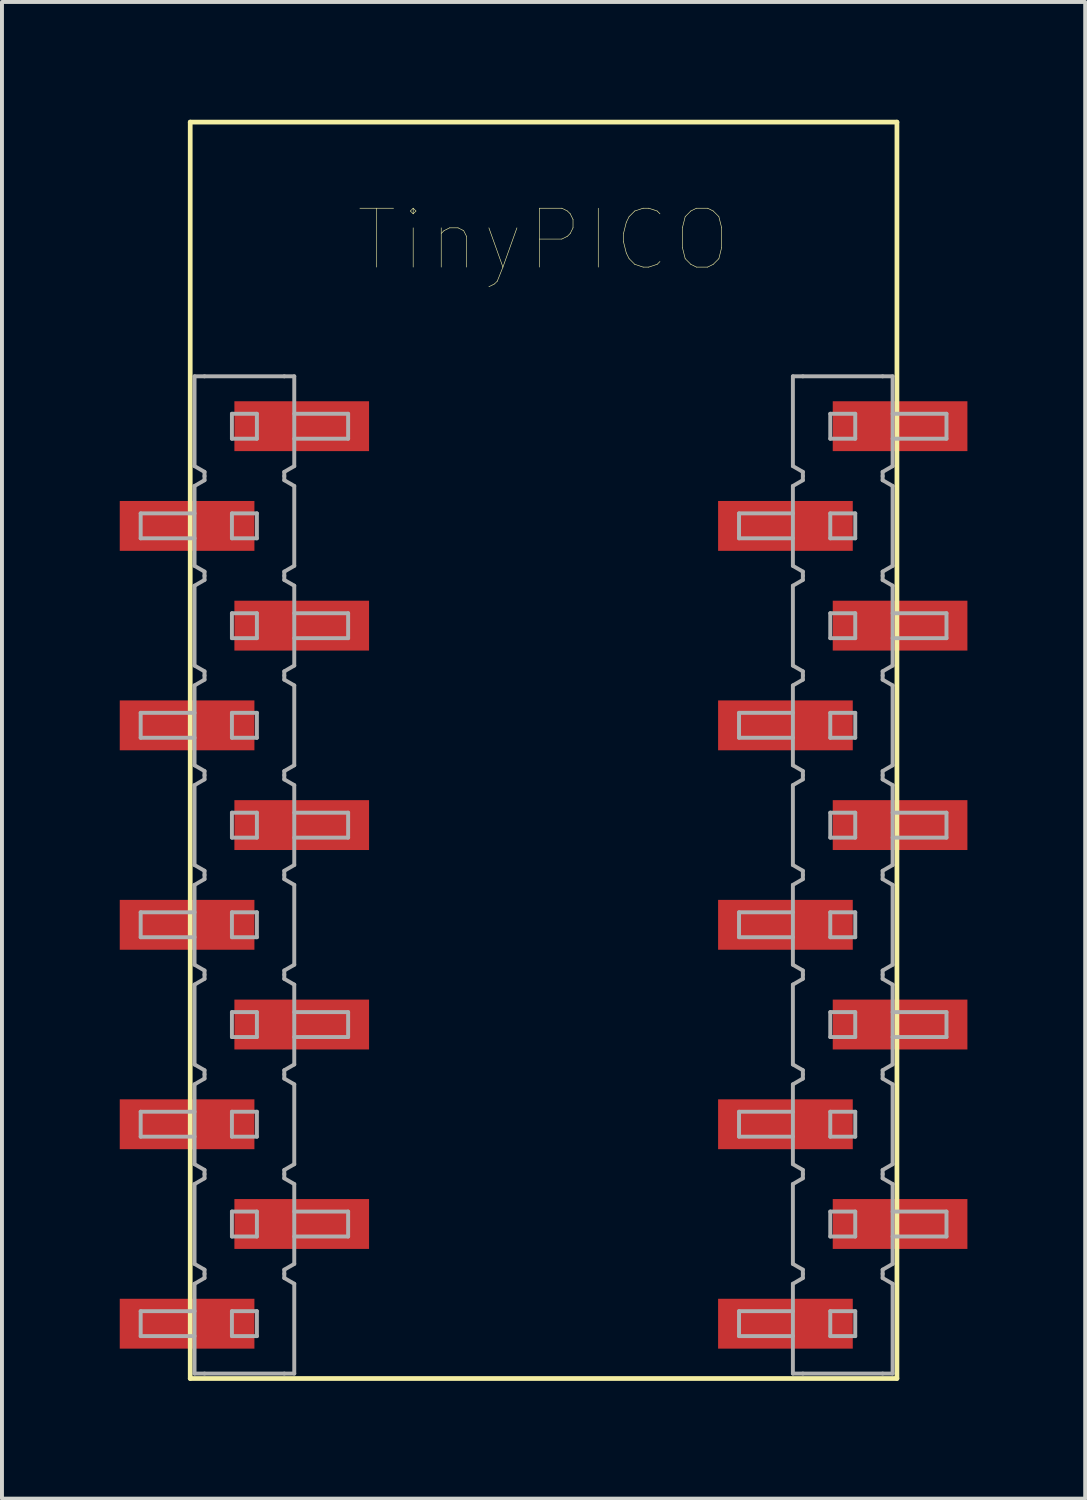
<source format=kicad_pcb>
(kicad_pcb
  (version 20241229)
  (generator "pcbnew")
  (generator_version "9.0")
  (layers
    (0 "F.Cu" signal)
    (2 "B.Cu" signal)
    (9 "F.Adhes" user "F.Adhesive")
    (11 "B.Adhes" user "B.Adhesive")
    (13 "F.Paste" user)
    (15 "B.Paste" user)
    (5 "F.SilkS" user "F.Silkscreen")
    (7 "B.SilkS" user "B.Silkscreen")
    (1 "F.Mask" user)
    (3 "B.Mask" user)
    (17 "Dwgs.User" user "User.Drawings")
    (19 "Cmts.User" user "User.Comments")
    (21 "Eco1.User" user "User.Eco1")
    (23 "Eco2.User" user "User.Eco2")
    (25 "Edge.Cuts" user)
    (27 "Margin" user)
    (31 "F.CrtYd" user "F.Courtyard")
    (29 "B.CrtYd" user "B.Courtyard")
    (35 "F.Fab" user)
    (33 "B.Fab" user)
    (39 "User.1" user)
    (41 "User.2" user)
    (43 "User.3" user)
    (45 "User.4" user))
  (footprint "TinyPICO"
    (layer "F.Cu")
    (at 10.795 16.06)
    (property "Reference" "TinyPICO" (at 0 -13 0) (layer "F.SilkS") (effects (font (size 1.5 1.5) (thickness 0.015))))
    (attr smd)
    (fp_line (start -9 -16) (end 9 -16) (stroke (width 0.12) (type solid)) (layer "F.SilkS"))
    (fp_line (start -9 16) (end -9 -16) (stroke (width 0.12) (type solid)) (layer "F.SilkS"))
    (fp_line (start 9 -16) (end 9 16) (stroke (width 0.12) (type solid)) (layer "F.SilkS"))
    (fp_line (start 9 16) (end -9 16) (stroke (width 0.12) (type solid)) (layer "F.SilkS"))
    (fp_line (start -10.262 -5.399) (end -10.262 -6.034) (stroke (width 0.1) (type solid)) (layer "F.Fab"))
    (fp_line (start -10.262 -0.319) (end -10.262 -0.954) (stroke (width 0.1) (type solid)) (layer "F.Fab"))
    (fp_line (start -10.262 4.761) (end -10.262 4.126) (stroke (width 0.1) (type solid)) (layer "F.Fab"))
    (fp_line (start -10.262 9.841) (end -10.262 9.206) (stroke (width 0.1) (type solid)) (layer "F.Fab"))
    (fp_line (start -10.262 14.921) (end -10.262 14.286) (stroke (width 0.1) (type solid)) (layer "F.Fab"))
    (fp_line (start -8.89 -9.525) (end -8.89 -7.238) (stroke (width 0.1) (type solid)) (layer "F.Fab"))
    (fp_line (start -8.89 -9.525) (end -8.636 -9.525) (stroke (width 0.1) (type solid)) (layer "F.Fab"))
    (fp_line (start -8.89 -6.732) (end -8.89 -4.698) (stroke (width 0.1) (type solid)) (layer "F.Fab"))
    (fp_line (start -8.89 -6.732) (end -8.636 -6.879) (stroke (width 0.1) (type solid)) (layer "F.Fab"))
    (fp_line (start -8.89 -6.034) (end -10.262 -6.034) (stroke (width 0.1) (type solid)) (layer "F.Fab"))
    (fp_line (start -8.89 -5.399) (end -10.262 -5.399) (stroke (width 0.1) (type solid)) (layer "F.Fab"))
    (fp_line (start -8.89 -4.192) (end -8.89 -2.158) (stroke (width 0.1) (type solid)) (layer "F.Fab"))
    (fp_line (start -8.89 -4.192) (end -8.636 -4.339) (stroke (width 0.1) (type solid)) (layer "F.Fab"))
    (fp_line (start -8.89 -1.652) (end -8.89 0.382) (stroke (width 0.1) (type solid)) (layer "F.Fab"))
    (fp_line (start -8.89 -1.652) (end -8.636 -1.799) (stroke (width 0.1) (type solid)) (layer "F.Fab"))
    (fp_line (start -8.89 -0.954) (end -10.262 -0.954) (stroke (width 0.1) (type solid)) (layer "F.Fab"))
    (fp_line (start -8.89 -0.319) (end -10.262 -0.319) (stroke (width 0.1) (type solid)) (layer "F.Fab"))
    (fp_line (start -8.89 0.888) (end -8.89 2.922) (stroke (width 0.1) (type solid)) (layer "F.Fab"))
    (fp_line (start -8.89 0.888) (end -8.636 0.741) (stroke (width 0.1) (type solid)) (layer "F.Fab"))
    (fp_line (start -8.89 3.428) (end -8.89 5.462) (stroke (width 0.1) (type solid)) (layer "F.Fab"))
    (fp_line (start -8.89 3.428) (end -8.636 3.281) (stroke (width 0.1) (type solid)) (layer "F.Fab"))
    (fp_line (start -8.89 4.126) (end -10.262 4.126) (stroke (width 0.1) (type solid)) (layer "F.Fab"))
    (fp_line (start -8.89 4.761) (end -10.262 4.761) (stroke (width 0.1) (type solid)) (layer "F.Fab"))
    (fp_line (start -8.89 5.968) (end -8.89 8.002) (stroke (width 0.1) (type solid)) (layer "F.Fab"))
    (fp_line (start -8.89 5.968) (end -8.636 5.821) (stroke (width 0.1) (type solid)) (layer "F.Fab"))
    (fp_line (start -8.89 8.508) (end -8.89 10.542) (stroke (width 0.1) (type solid)) (layer "F.Fab"))
    (fp_line (start -8.89 8.508) (end -8.636 8.361) (stroke (width 0.1) (type solid)) (layer "F.Fab"))
    (fp_line (start -8.89 9.206) (end -10.262 9.206) (stroke (width 0.1) (type solid)) (layer "F.Fab"))
    (fp_line (start -8.89 9.841) (end -10.262 9.841) (stroke (width 0.1) (type solid)) (layer "F.Fab"))
    (fp_line (start -8.89 11.048) (end -8.89 13.082) (stroke (width 0.1) (type solid)) (layer "F.Fab"))
    (fp_line (start -8.89 11.048) (end -8.636 10.901) (stroke (width 0.1) (type solid)) (layer "F.Fab"))
    (fp_line (start -8.89 13.588) (end -8.89 15.875) (stroke (width 0.1) (type solid)) (layer "F.Fab"))
    (fp_line (start -8.89 13.588) (end -8.636 13.441) (stroke (width 0.1) (type solid)) (layer "F.Fab"))
    (fp_line (start -8.89 14.286) (end -10.262 14.286) (stroke (width 0.1) (type solid)) (layer "F.Fab"))
    (fp_line (start -8.89 14.921) (end -10.262 14.921) (stroke (width 0.1) (type solid)) (layer "F.Fab"))
    (fp_line (start -8.636 -7.091) (end -8.89 -7.238) (stroke (width 0.1) (type solid)) (layer "F.Fab"))
    (fp_line (start -8.636 -6.985) (end -8.636 -7.091) (stroke (width 0.1) (type solid)) (layer "F.Fab"))
    (fp_line (start -8.636 -6.879) (end -8.636 -6.985) (stroke (width 0.1) (type solid)) (layer "F.Fab"))
    (fp_line (start -8.636 -4.551) (end -8.89 -4.698) (stroke (width 0.1) (type solid)) (layer "F.Fab"))
    (fp_line (start -8.636 -4.444) (end -8.636 -4.551) (stroke (width 0.1) (type solid)) (layer "F.Fab"))
    (fp_line (start -8.636 -4.339) (end -8.636 -4.446) (stroke (width 0.1) (type solid)) (layer "F.Fab"))
    (fp_line (start -8.636 -2.011) (end -8.89 -2.158) (stroke (width 0.1) (type solid)) (layer "F.Fab"))
    (fp_line (start -8.636 -1.905) (end -8.636 -2.011) (stroke (width 0.1) (type solid)) (layer "F.Fab"))
    (fp_line (start -8.636 -1.799) (end -8.636 -1.905) (stroke (width 0.1) (type solid)) (layer "F.Fab"))
    (fp_line (start -8.636 0.529) (end -8.89 0.382) (stroke (width 0.1) (type solid)) (layer "F.Fab"))
    (fp_line (start -8.636 0.636) (end -8.636 0.529) (stroke (width 0.1) (type solid)) (layer "F.Fab"))
    (fp_line (start -8.636 0.741) (end -8.636 0.634) (stroke (width 0.1) (type solid)) (layer "F.Fab"))
    (fp_line (start -8.636 3.069) (end -8.89 2.922) (stroke (width 0.1) (type solid)) (layer "F.Fab"))
    (fp_line (start -8.636 3.175) (end -8.636 3.069) (stroke (width 0.1) (type solid)) (layer "F.Fab"))
    (fp_line (start -8.636 3.281) (end -8.636 3.175) (stroke (width 0.1) (type solid)) (layer "F.Fab"))
    (fp_line (start -8.636 5.609) (end -8.89 5.462) (stroke (width 0.1) (type solid)) (layer "F.Fab"))
    (fp_line (start -8.636 5.716) (end -8.636 5.609) (stroke (width 0.1) (type solid)) (layer "F.Fab"))
    (fp_line (start -8.636 5.821) (end -8.636 5.714) (stroke (width 0.1) (type solid)) (layer "F.Fab"))
    (fp_line (start -8.636 8.149) (end -8.89 8.002) (stroke (width 0.1) (type solid)) (layer "F.Fab"))
    (fp_line (start -8.636 8.255) (end -8.636 8.149) (stroke (width 0.1) (type solid)) (layer "F.Fab"))
    (fp_line (start -8.636 8.361) (end -8.636 8.255) (stroke (width 0.1) (type solid)) (layer "F.Fab"))
    (fp_line (start -8.636 10.689) (end -8.89 10.542) (stroke (width 0.1) (type solid)) (layer "F.Fab"))
    (fp_line (start -8.636 10.796) (end -8.636 10.689) (stroke (width 0.1) (type solid)) (layer "F.Fab"))
    (fp_line (start -8.636 10.901) (end -8.636 10.794) (stroke (width 0.1) (type solid)) (layer "F.Fab"))
    (fp_line (start -8.636 13.229) (end -8.89 13.082) (stroke (width 0.1) (type solid)) (layer "F.Fab"))
    (fp_line (start -8.636 13.335) (end -8.636 13.229) (stroke (width 0.1) (type solid)) (layer "F.Fab"))
    (fp_line (start -8.636 13.441) (end -8.636 13.335) (stroke (width 0.1) (type solid)) (layer "F.Fab"))
    (fp_line (start -8.636 15.875) (end -8.89 15.875) (stroke (width 0.1) (type solid)) (layer "F.Fab"))
    (fp_line (start -8.636 15.875) (end -6.604 15.875) (stroke (width 0.1) (type solid)) (layer "F.Fab"))
    (fp_line (start -7.938 -8.571) (end -7.938 -7.936) (stroke (width 0.1) (type solid)) (layer "F.Fab"))
    (fp_line (start -7.938 -8.571) (end -7.302 -8.571) (stroke (width 0.1) (type solid)) (layer "F.Fab"))
    (fp_line (start -7.938 -6.034) (end -7.302 -6.034) (stroke (width 0.1) (type solid)) (layer "F.Fab"))
    (fp_line (start -7.938 -5.399) (end -7.938 -6.034) (stroke (width 0.1) (type solid)) (layer "F.Fab"))
    (fp_line (start -7.938 -3.491) (end -7.938 -2.856) (stroke (width 0.1) (type solid)) (layer "F.Fab"))
    (fp_line (start -7.938 -3.491) (end -7.302 -3.491) (stroke (width 0.1) (type solid)) (layer "F.Fab"))
    (fp_line (start -7.938 -0.954) (end -7.302 -0.954) (stroke (width 0.1) (type solid)) (layer "F.Fab"))
    (fp_line (start -7.938 -0.319) (end -7.938 -0.954) (stroke (width 0.1) (type solid)) (layer "F.Fab"))
    (fp_line (start -7.938 1.589) (end -7.938 2.224) (stroke (width 0.1) (type solid)) (layer "F.Fab"))
    (fp_line (start -7.938 1.589) (end -7.302 1.589) (stroke (width 0.1) (type solid)) (layer "F.Fab"))
    (fp_line (start -7.938 4.126) (end -7.302 4.126) (stroke (width 0.1) (type solid)) (layer "F.Fab"))
    (fp_line (start -7.938 4.761) (end -7.938 4.126) (stroke (width 0.1) (type solid)) (layer "F.Fab"))
    (fp_line (start -7.938 6.669) (end -7.938 7.304) (stroke (width 0.1) (type solid)) (layer "F.Fab"))
    (fp_line (start -7.938 6.669) (end -7.302 6.669) (stroke (width 0.1) (type solid)) (layer "F.Fab"))
    (fp_line (start -7.938 9.206) (end -7.302 9.206) (stroke (width 0.1) (type solid)) (layer "F.Fab"))
    (fp_line (start -7.938 9.841) (end -7.938 9.206) (stroke (width 0.1) (type solid)) (layer "F.Fab"))
    (fp_line (start -7.938 11.749) (end -7.938 12.384) (stroke (width 0.1) (type solid)) (layer "F.Fab"))
    (fp_line (start -7.938 11.749) (end -7.302 11.749) (stroke (width 0.1) (type solid)) (layer "F.Fab"))
    (fp_line (start -7.938 14.286) (end -7.302 14.286) (stroke (width 0.1) (type solid)) (layer "F.Fab"))
    (fp_line (start -7.938 14.921) (end -7.938 14.286) (stroke (width 0.1) (type solid)) (layer "F.Fab"))
    (fp_line (start -7.302 -8.571) (end -7.302 -7.936) (stroke (width 0.1) (type solid)) (layer "F.Fab"))
    (fp_line (start -7.302 -7.936) (end -7.938 -7.936) (stroke (width 0.1) (type solid)) (layer "F.Fab"))
    (fp_line (start -7.302 -5.399) (end -7.938 -5.399) (stroke (width 0.1) (type solid)) (layer "F.Fab"))
    (fp_line (start -7.302 -5.399) (end -7.302 -6.034) (stroke (width 0.1) (type solid)) (layer "F.Fab"))
    (fp_line (start -7.302 -3.491) (end -7.302 -2.856) (stroke (width 0.1) (type solid)) (layer "F.Fab"))
    (fp_line (start -7.302 -2.856) (end -7.938 -2.856) (stroke (width 0.1) (type solid)) (layer "F.Fab"))
    (fp_line (start -7.302 -0.319) (end -7.938 -0.319) (stroke (width 0.1) (type solid)) (layer "F.Fab"))
    (fp_line (start -7.302 -0.319) (end -7.302 -0.954) (stroke (width 0.1) (type solid)) (layer "F.Fab"))
    (fp_line (start -7.302 1.589) (end -7.302 2.224) (stroke (width 0.1) (type solid)) (layer "F.Fab"))
    (fp_line (start -7.302 2.224) (end -7.938 2.224) (stroke (width 0.1) (type solid)) (layer "F.Fab"))
    (fp_line (start -7.302 4.761) (end -7.938 4.761) (stroke (width 0.1) (type solid)) (layer "F.Fab"))
    (fp_line (start -7.302 4.761) (end -7.302 4.126) (stroke (width 0.1) (type solid)) (layer "F.Fab"))
    (fp_line (start -7.302 6.669) (end -7.302 7.304) (stroke (width 0.1) (type solid)) (layer "F.Fab"))
    (fp_line (start -7.302 7.304) (end -7.938 7.304) (stroke (width 0.1) (type solid)) (layer "F.Fab"))
    (fp_line (start -7.302 9.841) (end -7.938 9.841) (stroke (width 0.1) (type solid)) (layer "F.Fab"))
    (fp_line (start -7.302 9.841) (end -7.302 9.206) (stroke (width 0.1) (type solid)) (layer "F.Fab"))
    (fp_line (start -7.302 11.749) (end -7.302 12.384) (stroke (width 0.1) (type solid)) (layer "F.Fab"))
    (fp_line (start -7.302 12.384) (end -7.938 12.384) (stroke (width 0.1) (type solid)) (layer "F.Fab"))
    (fp_line (start -7.302 14.921) (end -7.938 14.921) (stroke (width 0.1) (type solid)) (layer "F.Fab"))
    (fp_line (start -7.302 14.921) (end -7.302 14.286) (stroke (width 0.1) (type solid)) (layer "F.Fab"))
    (fp_line (start -6.604 -9.525) (end -8.636 -9.525) (stroke (width 0.1) (type solid)) (layer "F.Fab"))
    (fp_line (start -6.604 -9.525) (end -6.35 -9.525) (stroke (width 0.1) (type solid)) (layer "F.Fab"))
    (fp_line (start -6.604 -7.091) (end -6.604 -6.985) (stroke (width 0.1) (type solid)) (layer "F.Fab"))
    (fp_line (start -6.604 -6.985) (end -6.604 -6.879) (stroke (width 0.1) (type solid)) (layer "F.Fab"))
    (fp_line (start -6.604 -6.879) (end -6.35 -6.732) (stroke (width 0.1) (type solid)) (layer "F.Fab"))
    (fp_line (start -6.604 -4.551) (end -6.604 -4.444) (stroke (width 0.1) (type solid)) (layer "F.Fab"))
    (fp_line (start -6.604 -4.446) (end -6.604 -4.339) (stroke (width 0.1) (type solid)) (layer "F.Fab"))
    (fp_line (start -6.604 -4.339) (end -6.35 -4.192) (stroke (width 0.1) (type solid)) (layer "F.Fab"))
    (fp_line (start -6.604 -2.011) (end -6.604 -1.905) (stroke (width 0.1) (type solid)) (layer "F.Fab"))
    (fp_line (start -6.604 -1.905) (end -6.604 -1.799) (stroke (width 0.1) (type solid)) (layer "F.Fab"))
    (fp_line (start -6.604 -1.799) (end -6.35 -1.652) (stroke (width 0.1) (type solid)) (layer "F.Fab"))
    (fp_line (start -6.604 0.529) (end -6.604 0.636) (stroke (width 0.1) (type solid)) (layer "F.Fab"))
    (fp_line (start -6.604 0.634) (end -6.604 0.741) (stroke (width 0.1) (type solid)) (layer "F.Fab"))
    (fp_line (start -6.604 0.741) (end -6.35 0.888) (stroke (width 0.1) (type solid)) (layer "F.Fab"))
    (fp_line (start -6.604 3.069) (end -6.604 3.175) (stroke (width 0.1) (type solid)) (layer "F.Fab"))
    (fp_line (start -6.604 3.175) (end -6.604 3.281) (stroke (width 0.1) (type solid)) (layer "F.Fab"))
    (fp_line (start -6.604 3.281) (end -6.35 3.428) (stroke (width 0.1) (type solid)) (layer "F.Fab"))
    (fp_line (start -6.604 5.609) (end -6.604 5.716) (stroke (width 0.1) (type solid)) (layer "F.Fab"))
    (fp_line (start -6.604 5.714) (end -6.604 5.821) (stroke (width 0.1) (type solid)) (layer "F.Fab"))
    (fp_line (start -6.604 5.821) (end -6.35 5.968) (stroke (width 0.1) (type solid)) (layer "F.Fab"))
    (fp_line (start -6.604 8.149) (end -6.604 8.255) (stroke (width 0.1) (type solid)) (layer "F.Fab"))
    (fp_line (start -6.604 8.255) (end -6.604 8.361) (stroke (width 0.1) (type solid)) (layer "F.Fab"))
    (fp_line (start -6.604 8.361) (end -6.35 8.508) (stroke (width 0.1) (type solid)) (layer "F.Fab"))
    (fp_line (start -6.604 10.689) (end -6.604 10.796) (stroke (width 0.1) (type solid)) (layer "F.Fab"))
    (fp_line (start -6.604 10.794) (end -6.604 10.901) (stroke (width 0.1) (type solid)) (layer "F.Fab"))
    (fp_line (start -6.604 10.901) (end -6.35 11.048) (stroke (width 0.1) (type solid)) (layer "F.Fab"))
    (fp_line (start -6.604 13.229) (end -6.604 13.335) (stroke (width 0.1) (type solid)) (layer "F.Fab"))
    (fp_line (start -6.604 13.335) (end -6.604 13.441) (stroke (width 0.1) (type solid)) (layer "F.Fab"))
    (fp_line (start -6.604 13.441) (end -6.35 13.588) (stroke (width 0.1) (type solid)) (layer "F.Fab"))
    (fp_line (start -6.35 -8.571) (end -4.978 -8.571) (stroke (width 0.1) (type solid)) (layer "F.Fab"))
    (fp_line (start -6.35 -7.936) (end -4.978 -7.936) (stroke (width 0.1) (type solid)) (layer "F.Fab"))
    (fp_line (start -6.35 -7.238) (end -6.604 -7.091) (stroke (width 0.1) (type solid)) (layer "F.Fab"))
    (fp_line (start -6.35 -7.238) (end -6.35 -9.525) (stroke (width 0.1) (type solid)) (layer "F.Fab"))
    (fp_line (start -6.35 -4.698) (end -6.604 -4.551) (stroke (width 0.1) (type solid)) (layer "F.Fab"))
    (fp_line (start -6.35 -4.698) (end -6.35 -6.732) (stroke (width 0.1) (type solid)) (layer "F.Fab"))
    (fp_line (start -6.35 -3.491) (end -4.978 -3.491) (stroke (width 0.1) (type solid)) (layer "F.Fab"))
    (fp_line (start -6.35 -2.856) (end -4.978 -2.856) (stroke (width 0.1) (type solid)) (layer "F.Fab"))
    (fp_line (start -6.35 -2.158) (end -6.604 -2.011) (stroke (width 0.1) (type solid)) (layer "F.Fab"))
    (fp_line (start -6.35 -2.158) (end -6.35 -4.192) (stroke (width 0.1) (type solid)) (layer "F.Fab"))
    (fp_line (start -6.35 0.382) (end -6.604 0.529) (stroke (width 0.1) (type solid)) (layer "F.Fab"))
    (fp_line (start -6.35 0.382) (end -6.35 -1.652) (stroke (width 0.1) (type solid)) (layer "F.Fab"))
    (fp_line (start -6.35 1.589) (end -4.978 1.589) (stroke (width 0.1) (type solid)) (layer "F.Fab"))
    (fp_line (start -6.35 2.224) (end -4.978 2.224) (stroke (width 0.1) (type solid)) (layer "F.Fab"))
    (fp_line (start -6.35 2.922) (end -6.604 3.069) (stroke (width 0.1) (type solid)) (layer "F.Fab"))
    (fp_line (start -6.35 2.922) (end -6.35 0.888) (stroke (width 0.1) (type solid)) (layer "F.Fab"))
    (fp_line (start -6.35 5.462) (end -6.604 5.609) (stroke (width 0.1) (type solid)) (layer "F.Fab"))
    (fp_line (start -6.35 5.462) (end -6.35 3.428) (stroke (width 0.1) (type solid)) (layer "F.Fab"))
    (fp_line (start -6.35 6.669) (end -4.978 6.669) (stroke (width 0.1) (type solid)) (layer "F.Fab"))
    (fp_line (start -6.35 7.304) (end -4.978 7.304) (stroke (width 0.1) (type solid)) (layer "F.Fab"))
    (fp_line (start -6.35 8.002) (end -6.604 8.149) (stroke (width 0.1) (type solid)) (layer "F.Fab"))
    (fp_line (start -6.35 8.002) (end -6.35 5.968) (stroke (width 0.1) (type solid)) (layer "F.Fab"))
    (fp_line (start -6.35 10.542) (end -6.604 10.689) (stroke (width 0.1) (type solid)) (layer "F.Fab"))
    (fp_line (start -6.35 10.542) (end -6.35 8.508) (stroke (width 0.1) (type solid)) (layer "F.Fab"))
    (fp_line (start -6.35 11.749) (end -4.978 11.749) (stroke (width 0.1) (type solid)) (layer "F.Fab"))
    (fp_line (start -6.35 12.384) (end -4.978 12.384) (stroke (width 0.1) (type solid)) (layer "F.Fab"))
    (fp_line (start -6.35 13.082) (end -6.604 13.229) (stroke (width 0.1) (type solid)) (layer "F.Fab"))
    (fp_line (start -6.35 13.082) (end -6.35 11.048) (stroke (width 0.1) (type solid)) (layer "F.Fab"))
    (fp_line (start -6.35 15.875) (end -6.604 15.875) (stroke (width 0.1) (type solid)) (layer "F.Fab"))
    (fp_line (start -6.35 15.875) (end -6.35 13.588) (stroke (width 0.1) (type solid)) (layer "F.Fab"))
    (fp_line (start -4.978 -8.571) (end -4.978 -7.936) (stroke (width 0.1) (type solid)) (layer "F.Fab"))
    (fp_line (start -4.978 -3.491) (end -4.978 -2.856) (stroke (width 0.1) (type solid)) (layer "F.Fab"))
    (fp_line (start -4.978 1.589) (end -4.978 2.224) (stroke (width 0.1) (type solid)) (layer "F.Fab"))
    (fp_line (start -4.978 6.669) (end -4.978 7.304) (stroke (width 0.1) (type solid)) (layer "F.Fab"))
    (fp_line (start -4.978 11.749) (end -4.978 12.384) (stroke (width 0.1) (type solid)) (layer "F.Fab"))
    (fp_line (start 4.978 -5.399) (end 4.978 -6.034) (stroke (width 0.1) (type solid)) (layer "F.Fab"))
    (fp_line (start 4.978 -0.319) (end 4.978 -0.954) (stroke (width 0.1) (type solid)) (layer "F.Fab"))
    (fp_line (start 4.978 4.761) (end 4.978 4.126) (stroke (width 0.1) (type solid)) (layer "F.Fab"))
    (fp_line (start 4.978 9.841) (end 4.978 9.206) (stroke (width 0.1) (type solid)) (layer "F.Fab"))
    (fp_line (start 4.978 14.921) (end 4.978 14.286) (stroke (width 0.1) (type solid)) (layer "F.Fab"))
    (fp_line (start 6.35 -9.525) (end 6.35 -7.238) (stroke (width 0.1) (type solid)) (layer "F.Fab"))
    (fp_line (start 6.35 -9.525) (end 6.604 -9.525) (stroke (width 0.1) (type solid)) (layer "F.Fab"))
    (fp_line (start 6.35 -6.732) (end 6.35 -4.698) (stroke (width 0.1) (type solid)) (layer "F.Fab"))
    (fp_line (start 6.35 -6.732) (end 6.604 -6.879) (stroke (width 0.1) (type solid)) (layer "F.Fab"))
    (fp_line (start 6.35 -6.034) (end 4.978 -6.034) (stroke (width 0.1) (type solid)) (layer "F.Fab"))
    (fp_line (start 6.35 -5.399) (end 4.978 -5.399) (stroke (width 0.1) (type solid)) (layer "F.Fab"))
    (fp_line (start 6.35 -4.192) (end 6.35 -2.158) (stroke (width 0.1) (type solid)) (layer "F.Fab"))
    (fp_line (start 6.35 -4.192) (end 6.604 -4.339) (stroke (width 0.1) (type solid)) (layer "F.Fab"))
    (fp_line (start 6.35 -1.652) (end 6.35 0.382) (stroke (width 0.1) (type solid)) (layer "F.Fab"))
    (fp_line (start 6.35 -1.652) (end 6.604 -1.799) (stroke (width 0.1) (type solid)) (layer "F.Fab"))
    (fp_line (start 6.35 -0.954) (end 4.978 -0.954) (stroke (width 0.1) (type solid)) (layer "F.Fab"))
    (fp_line (start 6.35 -0.319) (end 4.978 -0.319) (stroke (width 0.1) (type solid)) (layer "F.Fab"))
    (fp_line (start 6.35 0.888) (end 6.35 2.922) (stroke (width 0.1) (type solid)) (layer "F.Fab"))
    (fp_line (start 6.35 0.888) (end 6.604 0.741) (stroke (width 0.1) (type solid)) (layer "F.Fab"))
    (fp_line (start 6.35 3.428) (end 6.35 5.462) (stroke (width 0.1) (type solid)) (layer "F.Fab"))
    (fp_line (start 6.35 3.428) (end 6.604 3.281) (stroke (width 0.1) (type solid)) (layer "F.Fab"))
    (fp_line (start 6.35 4.126) (end 4.978 4.126) (stroke (width 0.1) (type solid)) (layer "F.Fab"))
    (fp_line (start 6.35 4.761) (end 4.978 4.761) (stroke (width 0.1) (type solid)) (layer "F.Fab"))
    (fp_line (start 6.35 5.968) (end 6.35 8.002) (stroke (width 0.1) (type solid)) (layer "F.Fab"))
    (fp_line (start 6.35 5.968) (end 6.604 5.821) (stroke (width 0.1) (type solid)) (layer "F.Fab"))
    (fp_line (start 6.35 8.508) (end 6.35 10.542) (stroke (width 0.1) (type solid)) (layer "F.Fab"))
    (fp_line (start 6.35 8.508) (end 6.604 8.361) (stroke (width 0.1) (type solid)) (layer "F.Fab"))
    (fp_line (start 6.35 9.206) (end 4.978 9.206) (stroke (width 0.1) (type solid)) (layer "F.Fab"))
    (fp_line (start 6.35 9.841) (end 4.978 9.841) (stroke (width 0.1) (type solid)) (layer "F.Fab"))
    (fp_line (start 6.35 11.048) (end 6.35 13.082) (stroke (width 0.1) (type solid)) (layer "F.Fab"))
    (fp_line (start 6.35 11.048) (end 6.604 10.901) (stroke (width 0.1) (type solid)) (layer "F.Fab"))
    (fp_line (start 6.35 13.588) (end 6.35 15.875) (stroke (width 0.1) (type solid)) (layer "F.Fab"))
    (fp_line (start 6.35 13.588) (end 6.604 13.441) (stroke (width 0.1) (type solid)) (layer "F.Fab"))
    (fp_line (start 6.35 14.286) (end 4.978 14.286) (stroke (width 0.1) (type solid)) (layer "F.Fab"))
    (fp_line (start 6.35 14.921) (end 4.978 14.921) (stroke (width 0.1) (type solid)) (layer "F.Fab"))
    (fp_line (start 6.604 -7.091) (end 6.35 -7.238) (stroke (width 0.1) (type solid)) (layer "F.Fab"))
    (fp_line (start 6.604 -6.985) (end 6.604 -7.091) (stroke (width 0.1) (type solid)) (layer "F.Fab"))
    (fp_line (start 6.604 -6.879) (end 6.604 -6.985) (stroke (width 0.1) (type solid)) (layer "F.Fab"))
    (fp_line (start 6.604 -4.551) (end 6.35 -4.698) (stroke (width 0.1) (type solid)) (layer "F.Fab"))
    (fp_line (start 6.604 -4.444) (end 6.604 -4.551) (stroke (width 0.1) (type solid)) (layer "F.Fab"))
    (fp_line (start 6.604 -4.339) (end 6.604 -4.446) (stroke (width 0.1) (type solid)) (layer "F.Fab"))
    (fp_line (start 6.604 -2.011) (end 6.35 -2.158) (stroke (width 0.1) (type solid)) (layer "F.Fab"))
    (fp_line (start 6.604 -1.905) (end 6.604 -2.011) (stroke (width 0.1) (type solid)) (layer "F.Fab"))
    (fp_line (start 6.604 -1.799) (end 6.604 -1.905) (stroke (width 0.1) (type solid)) (layer "F.Fab"))
    (fp_line (start 6.604 0.529) (end 6.35 0.382) (stroke (width 0.1) (type solid)) (layer "F.Fab"))
    (fp_line (start 6.604 0.636) (end 6.604 0.529) (stroke (width 0.1) (type solid)) (layer "F.Fab"))
    (fp_line (start 6.604 0.741) (end 6.604 0.634) (stroke (width 0.1) (type solid)) (layer "F.Fab"))
    (fp_line (start 6.604 3.069) (end 6.35 2.922) (stroke (width 0.1) (type solid)) (layer "F.Fab"))
    (fp_line (start 6.604 3.175) (end 6.604 3.069) (stroke (width 0.1) (type solid)) (layer "F.Fab"))
    (fp_line (start 6.604 3.281) (end 6.604 3.175) (stroke (width 0.1) (type solid)) (layer "F.Fab"))
    (fp_line (start 6.604 5.609) (end 6.35 5.462) (stroke (width 0.1) (type solid)) (layer "F.Fab"))
    (fp_line (start 6.604 5.716) (end 6.604 5.609) (stroke (width 0.1) (type solid)) (layer "F.Fab"))
    (fp_line (start 6.604 5.821) (end 6.604 5.714) (stroke (width 0.1) (type solid)) (layer "F.Fab"))
    (fp_line (start 6.604 8.149) (end 6.35 8.002) (stroke (width 0.1) (type solid)) (layer "F.Fab"))
    (fp_line (start 6.604 8.255) (end 6.604 8.149) (stroke (width 0.1) (type solid)) (layer "F.Fab"))
    (fp_line (start 6.604 8.361) (end 6.604 8.255) (stroke (width 0.1) (type solid)) (layer "F.Fab"))
    (fp_line (start 6.604 10.689) (end 6.35 10.542) (stroke (width 0.1) (type solid)) (layer "F.Fab"))
    (fp_line (start 6.604 10.796) (end 6.604 10.689) (stroke (width 0.1) (type solid)) (layer "F.Fab"))
    (fp_line (start 6.604 10.901) (end 6.604 10.794) (stroke (width 0.1) (type solid)) (layer "F.Fab"))
    (fp_line (start 6.604 13.229) (end 6.35 13.082) (stroke (width 0.1) (type solid)) (layer "F.Fab"))
    (fp_line (start 6.604 13.335) (end 6.604 13.229) (stroke (width 0.1) (type solid)) (layer "F.Fab"))
    (fp_line (start 6.604 13.441) (end 6.604 13.335) (stroke (width 0.1) (type solid)) (layer "F.Fab"))
    (fp_line (start 6.604 15.875) (end 6.35 15.875) (stroke (width 0.1) (type solid)) (layer "F.Fab"))
    (fp_line (start 6.604 15.875) (end 8.636 15.875) (stroke (width 0.1) (type solid)) (layer "F.Fab"))
    (fp_line (start 7.302 -8.571) (end 7.302 -7.936) (stroke (width 0.1) (type solid)) (layer "F.Fab"))
    (fp_line (start 7.302 -8.571) (end 7.938 -8.571) (stroke (width 0.1) (type solid)) (layer "F.Fab"))
    (fp_line (start 7.302 -6.034) (end 7.938 -6.034) (stroke (width 0.1) (type solid)) (layer "F.Fab"))
    (fp_line (start 7.302 -5.399) (end 7.302 -6.034) (stroke (width 0.1) (type solid)) (layer "F.Fab"))
    (fp_line (start 7.302 -3.491) (end 7.302 -2.856) (stroke (width 0.1) (type solid)) (layer "F.Fab"))
    (fp_line (start 7.302 -3.491) (end 7.938 -3.491) (stroke (width 0.1) (type solid)) (layer "F.Fab"))
    (fp_line (start 7.302 -0.954) (end 7.938 -0.954) (stroke (width 0.1) (type solid)) (layer "F.Fab"))
    (fp_line (start 7.302 -0.319) (end 7.302 -0.954) (stroke (width 0.1) (type solid)) (layer "F.Fab"))
    (fp_line (start 7.302 1.589) (end 7.302 2.224) (stroke (width 0.1) (type solid)) (layer "F.Fab"))
    (fp_line (start 7.302 1.589) (end 7.938 1.589) (stroke (width 0.1) (type solid)) (layer "F.Fab"))
    (fp_line (start 7.302 4.126) (end 7.938 4.126) (stroke (width 0.1) (type solid)) (layer "F.Fab"))
    (fp_line (start 7.302 4.761) (end 7.302 4.126) (stroke (width 0.1) (type solid)) (layer "F.Fab"))
    (fp_line (start 7.302 6.669) (end 7.302 7.304) (stroke (width 0.1) (type solid)) (layer "F.Fab"))
    (fp_line (start 7.302 6.669) (end 7.938 6.669) (stroke (width 0.1) (type solid)) (layer "F.Fab"))
    (fp_line (start 7.302 9.206) (end 7.938 9.206) (stroke (width 0.1) (type solid)) (layer "F.Fab"))
    (fp_line (start 7.302 9.841) (end 7.302 9.206) (stroke (width 0.1) (type solid)) (layer "F.Fab"))
    (fp_line (start 7.302 11.749) (end 7.302 12.384) (stroke (width 0.1) (type solid)) (layer "F.Fab"))
    (fp_line (start 7.302 11.749) (end 7.938 11.749) (stroke (width 0.1) (type solid)) (layer "F.Fab"))
    (fp_line (start 7.302 14.286) (end 7.938 14.286) (stroke (width 0.1) (type solid)) (layer "F.Fab"))
    (fp_line (start 7.302 14.921) (end 7.302 14.286) (stroke (width 0.1) (type solid)) (layer "F.Fab"))
    (fp_line (start 7.938 -8.571) (end 7.938 -7.936) (stroke (width 0.1) (type solid)) (layer "F.Fab"))
    (fp_line (start 7.938 -7.936) (end 7.302 -7.936) (stroke (width 0.1) (type solid)) (layer "F.Fab"))
    (fp_line (start 7.938 -5.399) (end 7.302 -5.399) (stroke (width 0.1) (type solid)) (layer "F.Fab"))
    (fp_line (start 7.938 -5.399) (end 7.938 -6.034) (stroke (width 0.1) (type solid)) (layer "F.Fab"))
    (fp_line (start 7.938 -3.491) (end 7.938 -2.856) (stroke (width 0.1) (type solid)) (layer "F.Fab"))
    (fp_line (start 7.938 -2.856) (end 7.302 -2.856) (stroke (width 0.1) (type solid)) (layer "F.Fab"))
    (fp_line (start 7.938 -0.319) (end 7.302 -0.319) (stroke (width 0.1) (type solid)) (layer "F.Fab"))
    (fp_line (start 7.938 -0.319) (end 7.938 -0.954) (stroke (width 0.1) (type solid)) (layer "F.Fab"))
    (fp_line (start 7.938 1.589) (end 7.938 2.224) (stroke (width 0.1) (type solid)) (layer "F.Fab"))
    (fp_line (start 7.938 2.224) (end 7.302 2.224) (stroke (width 0.1) (type solid)) (layer "F.Fab"))
    (fp_line (start 7.938 4.761) (end 7.302 4.761) (stroke (width 0.1) (type solid)) (layer "F.Fab"))
    (fp_line (start 7.938 4.761) (end 7.938 4.126) (stroke (width 0.1) (type solid)) (layer "F.Fab"))
    (fp_line (start 7.938 6.669) (end 7.938 7.304) (stroke (width 0.1) (type solid)) (layer "F.Fab"))
    (fp_line (start 7.938 7.304) (end 7.302 7.304) (stroke (width 0.1) (type solid)) (layer "F.Fab"))
    (fp_line (start 7.938 9.841) (end 7.302 9.841) (stroke (width 0.1) (type solid)) (layer "F.Fab"))
    (fp_line (start 7.938 9.841) (end 7.938 9.206) (stroke (width 0.1) (type solid)) (layer "F.Fab"))
    (fp_line (start 7.938 11.749) (end 7.938 12.384) (stroke (width 0.1) (type solid)) (layer "F.Fab"))
    (fp_line (start 7.938 12.384) (end 7.302 12.384) (stroke (width 0.1) (type solid)) (layer "F.Fab"))
    (fp_line (start 7.938 14.921) (end 7.302 14.921) (stroke (width 0.1) (type solid)) (layer "F.Fab"))
    (fp_line (start 7.938 14.921) (end 7.938 14.286) (stroke (width 0.1) (type solid)) (layer "F.Fab"))
    (fp_line (start 8.636 -9.525) (end 6.604 -9.525) (stroke (width 0.1) (type solid)) (layer "F.Fab"))
    (fp_line (start 8.636 -9.525) (end 8.89 -9.525) (stroke (width 0.1) (type solid)) (layer "F.Fab"))
    (fp_line (start 8.636 -7.091) (end 8.636 -6.985) (stroke (width 0.1) (type solid)) (layer "F.Fab"))
    (fp_line (start 8.636 -6.985) (end 8.636 -6.879) (stroke (width 0.1) (type solid)) (layer "F.Fab"))
    (fp_line (start 8.636 -6.879) (end 8.89 -6.732) (stroke (width 0.1) (type solid)) (layer "F.Fab"))
    (fp_line (start 8.636 -4.551) (end 8.636 -4.444) (stroke (width 0.1) (type solid)) (layer "F.Fab"))
    (fp_line (start 8.636 -4.446) (end 8.636 -4.339) (stroke (width 0.1) (type solid)) (layer "F.Fab"))
    (fp_line (start 8.636 -4.339) (end 8.89 -4.192) (stroke (width 0.1) (type solid)) (layer "F.Fab"))
    (fp_line (start 8.636 -2.011) (end 8.636 -1.905) (stroke (width 0.1) (type solid)) (layer "F.Fab"))
    (fp_line (start 8.636 -1.905) (end 8.636 -1.799) (stroke (width 0.1) (type solid)) (layer "F.Fab"))
    (fp_line (start 8.636 -1.799) (end 8.89 -1.652) (stroke (width 0.1) (type solid)) (layer "F.Fab"))
    (fp_line (start 8.636 0.529) (end 8.636 0.636) (stroke (width 0.1) (type solid)) (layer "F.Fab"))
    (fp_line (start 8.636 0.634) (end 8.636 0.741) (stroke (width 0.1) (type solid)) (layer "F.Fab"))
    (fp_line (start 8.636 0.741) (end 8.89 0.888) (stroke (width 0.1) (type solid)) (layer "F.Fab"))
    (fp_line (start 8.636 3.069) (end 8.636 3.175) (stroke (width 0.1) (type solid)) (layer "F.Fab"))
    (fp_line (start 8.636 3.175) (end 8.636 3.281) (stroke (width 0.1) (type solid)) (layer "F.Fab"))
    (fp_line (start 8.636 3.281) (end 8.89 3.428) (stroke (width 0.1) (type solid)) (layer "F.Fab"))
    (fp_line (start 8.636 5.609) (end 8.636 5.716) (stroke (width 0.1) (type solid)) (layer "F.Fab"))
    (fp_line (start 8.636 5.714) (end 8.636 5.821) (stroke (width 0.1) (type solid)) (layer "F.Fab"))
    (fp_line (start 8.636 5.821) (end 8.89 5.968) (stroke (width 0.1) (type solid)) (layer "F.Fab"))
    (fp_line (start 8.636 8.149) (end 8.636 8.255) (stroke (width 0.1) (type solid)) (layer "F.Fab"))
    (fp_line (start 8.636 8.255) (end 8.636 8.361) (stroke (width 0.1) (type solid)) (layer "F.Fab"))
    (fp_line (start 8.636 8.361) (end 8.89 8.508) (stroke (width 0.1) (type solid)) (layer "F.Fab"))
    (fp_line (start 8.636 10.689) (end 8.636 10.796) (stroke (width 0.1) (type solid)) (layer "F.Fab"))
    (fp_line (start 8.636 10.794) (end 8.636 10.901) (stroke (width 0.1) (type solid)) (layer "F.Fab"))
    (fp_line (start 8.636 10.901) (end 8.89 11.048) (stroke (width 0.1) (type solid)) (layer "F.Fab"))
    (fp_line (start 8.636 13.229) (end 8.636 13.335) (stroke (width 0.1) (type solid)) (layer "F.Fab"))
    (fp_line (start 8.636 13.335) (end 8.636 13.441) (stroke (width 0.1) (type solid)) (layer "F.Fab"))
    (fp_line (start 8.636 13.441) (end 8.89 13.588) (stroke (width 0.1) (type solid)) (layer "F.Fab"))
    (fp_line (start 8.89 -8.571) (end 10.262 -8.571) (stroke (width 0.1) (type solid)) (layer "F.Fab"))
    (fp_line (start 8.89 -7.936) (end 10.262 -7.936) (stroke (width 0.1) (type solid)) (layer "F.Fab"))
    (fp_line (start 8.89 -7.238) (end 8.636 -7.091) (stroke (width 0.1) (type solid)) (layer "F.Fab"))
    (fp_line (start 8.89 -7.238) (end 8.89 -9.525) (stroke (width 0.1) (type solid)) (layer "F.Fab"))
    (fp_line (start 8.89 -4.698) (end 8.636 -4.551) (stroke (width 0.1) (type solid)) (layer "F.Fab"))
    (fp_line (start 8.89 -4.698) (end 8.89 -6.732) (stroke (width 0.1) (type solid)) (layer "F.Fab"))
    (fp_line (start 8.89 -3.491) (end 10.262 -3.491) (stroke (width 0.1) (type solid)) (layer "F.Fab"))
    (fp_line (start 8.89 -2.856) (end 10.262 -2.856) (stroke (width 0.1) (type solid)) (layer "F.Fab"))
    (fp_line (start 8.89 -2.158) (end 8.636 -2.011) (stroke (width 0.1) (type solid)) (layer "F.Fab"))
    (fp_line (start 8.89 -2.158) (end 8.89 -4.192) (stroke (width 0.1) (type solid)) (layer "F.Fab"))
    (fp_line (start 8.89 0.382) (end 8.636 0.529) (stroke (width 0.1) (type solid)) (layer "F.Fab"))
    (fp_line (start 8.89 0.382) (end 8.89 -1.652) (stroke (width 0.1) (type solid)) (layer "F.Fab"))
    (fp_line (start 8.89 1.589) (end 10.262 1.589) (stroke (width 0.1) (type solid)) (layer "F.Fab"))
    (fp_line (start 8.89 2.224) (end 10.262 2.224) (stroke (width 0.1) (type solid)) (layer "F.Fab"))
    (fp_line (start 8.89 2.922) (end 8.636 3.069) (stroke (width 0.1) (type solid)) (layer "F.Fab"))
    (fp_line (start 8.89 2.922) (end 8.89 0.888) (stroke (width 0.1) (type solid)) (layer "F.Fab"))
    (fp_line (start 8.89 5.462) (end 8.636 5.609) (stroke (width 0.1) (type solid)) (layer "F.Fab"))
    (fp_line (start 8.89 5.462) (end 8.89 3.428) (stroke (width 0.1) (type solid)) (layer "F.Fab"))
    (fp_line (start 8.89 6.669) (end 10.262 6.669) (stroke (width 0.1) (type solid)) (layer "F.Fab"))
    (fp_line (start 8.89 7.304) (end 10.262 7.304) (stroke (width 0.1) (type solid)) (layer "F.Fab"))
    (fp_line (start 8.89 8.002) (end 8.636 8.149) (stroke (width 0.1) (type solid)) (layer "F.Fab"))
    (fp_line (start 8.89 8.002) (end 8.89 5.968) (stroke (width 0.1) (type solid)) (layer "F.Fab"))
    (fp_line (start 8.89 10.542) (end 8.636 10.689) (stroke (width 0.1) (type solid)) (layer "F.Fab"))
    (fp_line (start 8.89 10.542) (end 8.89 8.508) (stroke (width 0.1) (type solid)) (layer "F.Fab"))
    (fp_line (start 8.89 11.749) (end 10.262 11.749) (stroke (width 0.1) (type solid)) (layer "F.Fab"))
    (fp_line (start 8.89 12.384) (end 10.262 12.384) (stroke (width 0.1) (type solid)) (layer "F.Fab"))
    (fp_line (start 8.89 13.082) (end 8.636 13.229) (stroke (width 0.1) (type solid)) (layer "F.Fab"))
    (fp_line (start 8.89 13.082) (end 8.89 11.048) (stroke (width 0.1) (type solid)) (layer "F.Fab"))
    (fp_line (start 8.89 15.875) (end 8.636 15.875) (stroke (width 0.1) (type solid)) (layer "F.Fab"))
    (fp_line (start 8.89 15.875) (end 8.89 13.588) (stroke (width 0.1) (type solid)) (layer "F.Fab"))
    (fp_line (start 10.262 -8.571) (end 10.262 -7.936) (stroke (width 0.1) (type solid)) (layer "F.Fab"))
    (fp_line (start 10.262 -3.491) (end 10.262 -2.856) (stroke (width 0.1) (type solid)) (layer "F.Fab"))
    (fp_line (start 10.262 1.589) (end 10.262 2.224) (stroke (width 0.1) (type solid)) (layer "F.Fab"))
    (fp_line (start 10.262 6.669) (end 10.262 7.304) (stroke (width 0.1) (type solid)) (layer "F.Fab"))
    (fp_line (start 10.262 11.749) (end 10.262 12.384) (stroke (width 0.1) (type solid)) (layer "F.Fab"))
    (pad "1" smd rect (at -9.08 14.605 90) (size 1.27 3.43) (layers "F.Cu" "F.Mask" "F.Paste"))
    (pad "2" smd rect (at -6.16 12.065 90) (size 1.27 3.43) (layers "F.Cu" "F.Mask" "F.Paste"))
    (pad "3" smd rect (at -9.08 9.525 90) (size 1.27 3.43) (layers "F.Cu" "F.Mask" "F.Paste"))
    (pad "4" smd rect (at -6.16 6.985 90) (size 1.27 3.43) (layers "F.Cu" "F.Mask" "F.Paste"))
    (pad "5" smd rect (at -9.08 4.445 90) (size 1.27 3.43) (layers "F.Cu" "F.Mask" "F.Paste"))
    (pad "6" smd rect (at -6.16 1.905 90) (size 1.27 3.43) (layers "F.Cu" "F.Mask" "F.Paste"))
    (pad "7" smd rect (at -9.08 -0.635 90) (size 1.27 3.43) (layers "F.Cu" "F.Mask" "F.Paste"))
    (pad "8" smd rect (at -6.16 -3.175 90) (size 1.27 3.43) (layers "F.Cu" "F.Mask" "F.Paste"))
    (pad "9" smd rect (at -9.08 -5.715 90) (size 1.27 3.43) (layers "F.Cu" "F.Mask" "F.Paste"))
    (pad "10" smd rect (at -6.16 -8.255 90) (size 1.27 3.43) (layers "F.Cu" "F.Mask" "F.Paste"))
    (pad "11" smd rect (at 9.08 -8.255 90) (size 1.27 3.43) (layers "F.Cu" "F.Mask" "F.Paste"))
    (pad "12" smd rect (at 6.16 -5.715 90) (size 1.27 3.43) (layers "F.Cu" "F.Mask" "F.Paste"))
    (pad "13" smd rect (at 9.08 -3.175 90) (size 1.27 3.43) (layers "F.Cu" "F.Mask" "F.Paste"))
    (pad "14" smd rect (at 6.16 -0.635 90) (size 1.27 3.43) (layers "F.Cu" "F.Mask" "F.Paste"))
    (pad "15" smd rect (at 9.08 1.905 90) (size 1.27 3.43) (layers "F.Cu" "F.Mask" "F.Paste"))
    (pad "16" smd rect (at 6.16 4.445 90) (size 1.27 3.43) (layers "F.Cu" "F.Mask" "F.Paste"))
    (pad "17" smd rect (at 9.08 6.985 90) (size 1.27 3.43) (layers "F.Cu" "F.Mask" "F.Paste"))
    (pad "18" smd rect (at 6.16 9.525 90) (size 1.27 3.43) (layers "F.Cu" "F.Mask" "F.Paste"))
    (pad "19" smd rect (at 9.08 12.065 90) (size 1.27 3.43) (layers "F.Cu" "F.Mask" "F.Paste"))
    (pad "20" smd rect (at 6.16 14.605 90) (size 1.27 3.43) (layers "F.Cu" "F.Mask" "F.Paste")))
  (gr_rect
    (start -3 -3)
    (end 24.59 35.12)
    (stroke (width 0.1) (type default))
    (fill no)
    (layer "Edge.Cuts")))
</source>
